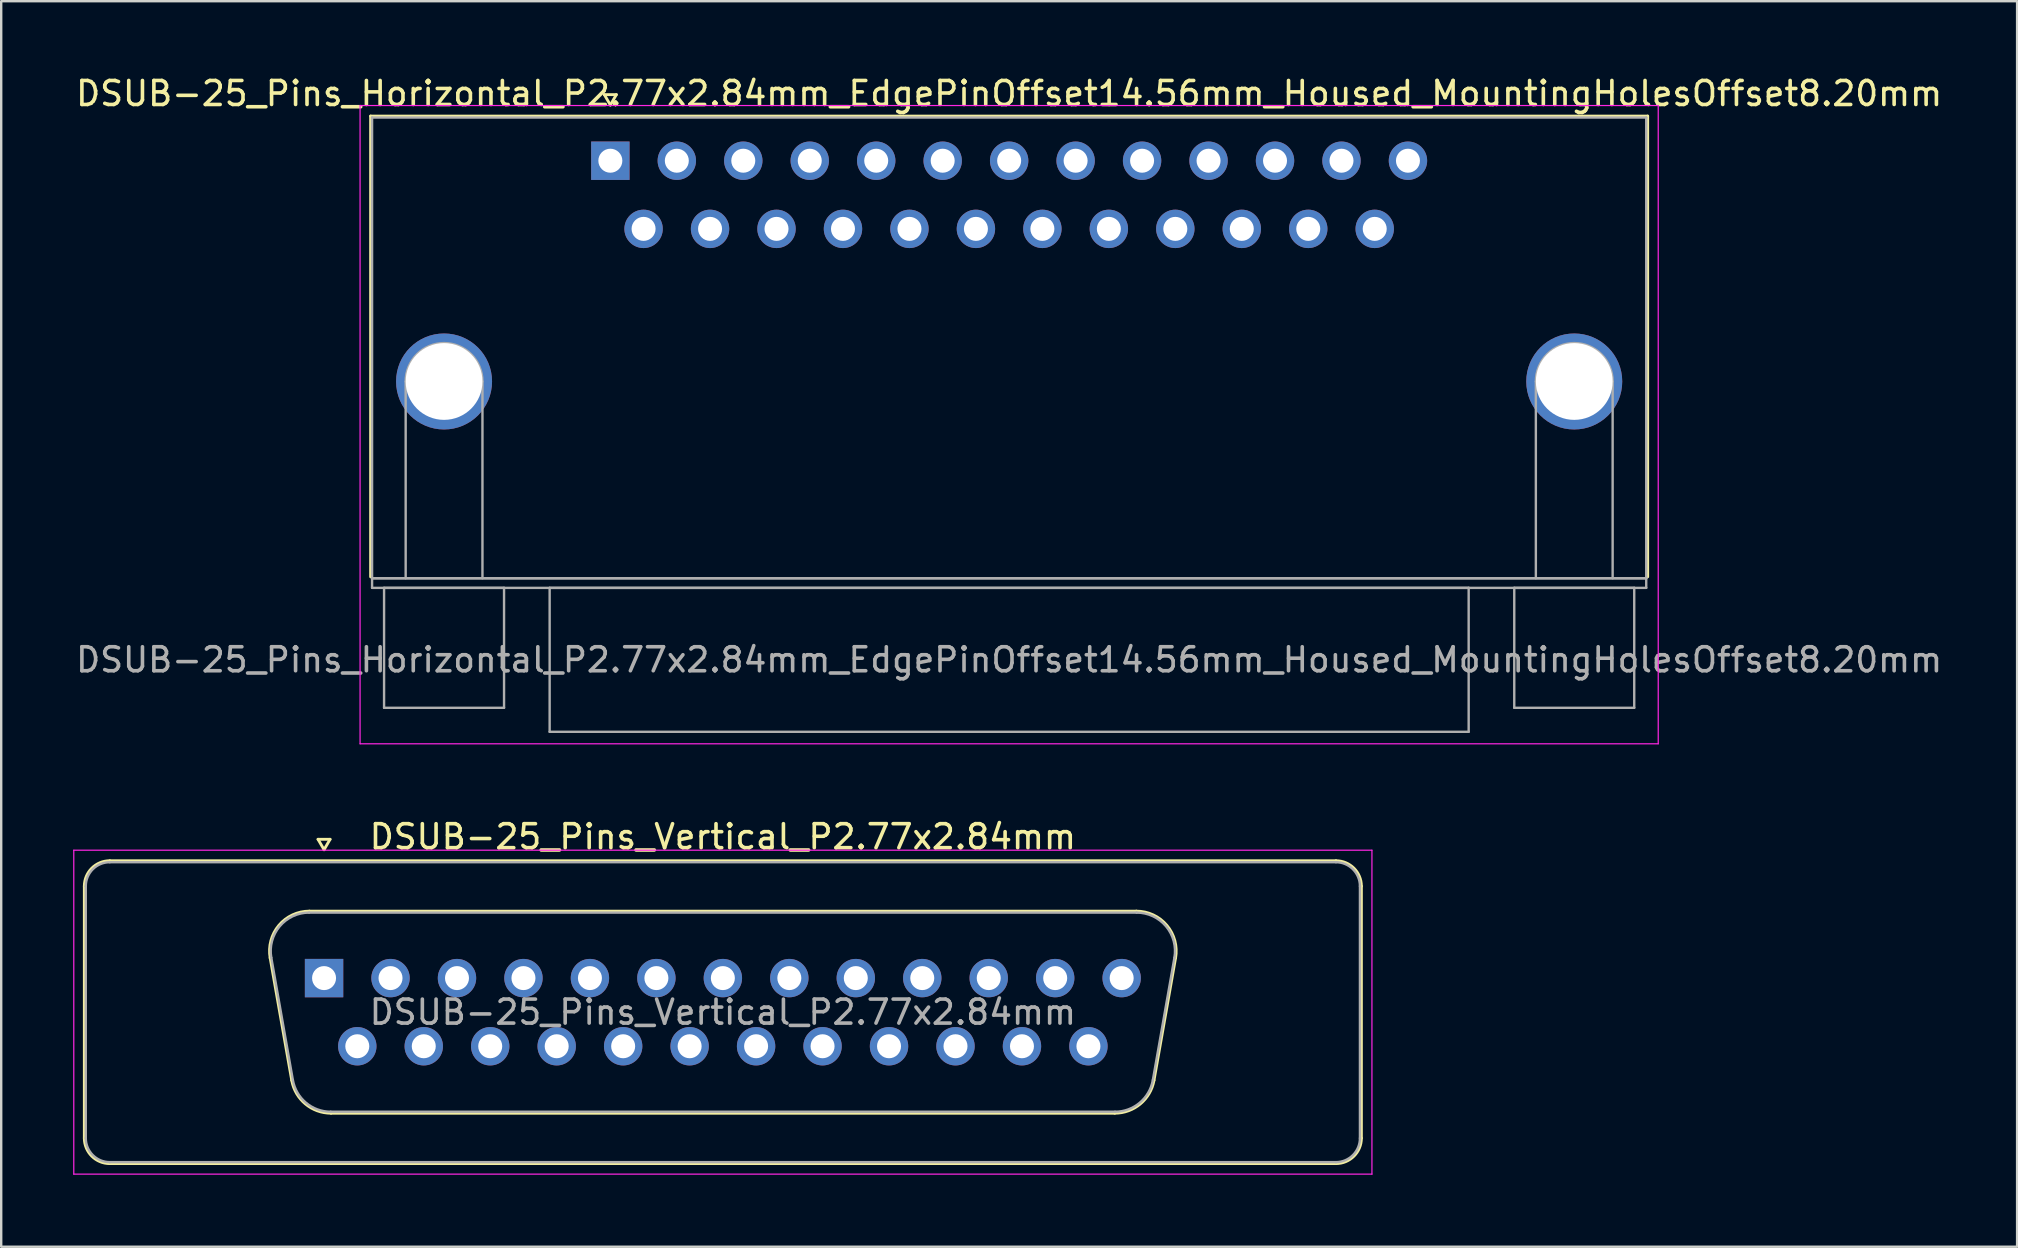
<source format=kicad_pcb>
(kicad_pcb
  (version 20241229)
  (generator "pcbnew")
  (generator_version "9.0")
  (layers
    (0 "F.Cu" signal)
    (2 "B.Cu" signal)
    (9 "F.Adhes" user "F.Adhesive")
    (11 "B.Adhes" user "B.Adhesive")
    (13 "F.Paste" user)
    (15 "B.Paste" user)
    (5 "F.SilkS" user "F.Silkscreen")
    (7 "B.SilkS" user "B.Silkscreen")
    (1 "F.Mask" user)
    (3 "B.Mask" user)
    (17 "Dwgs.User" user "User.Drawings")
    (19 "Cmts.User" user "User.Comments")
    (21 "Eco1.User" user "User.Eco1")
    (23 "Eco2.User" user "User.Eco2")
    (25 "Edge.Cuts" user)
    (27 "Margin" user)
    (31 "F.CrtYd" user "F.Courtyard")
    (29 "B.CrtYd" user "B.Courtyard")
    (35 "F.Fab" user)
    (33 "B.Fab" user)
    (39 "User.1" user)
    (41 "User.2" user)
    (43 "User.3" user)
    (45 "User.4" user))
  (footprint "DSUB-25_Pins_Vertical_P2.77x2.84mm"
    (layer "F.Cu")
    (at 10.455 37.712)
    (property "Reference" "DSUB-25_Pins_Vertical_P2.77x2.84mm" (at 16.62 -5.89 0) (layer "F.SilkS") (effects (font (size 1 1) (thickness 0.15))))
    (attr through_hole)
    (fp_line (start -9.99 6.67) (end -9.99 -3.83) (stroke (width 0.12) (type solid)) (layer "F.SilkS"))
    (fp_line (start -8.93 -4.89) (end 42.17 -4.89) (stroke (width 0.12) (type solid)) (layer "F.SilkS"))
    (fp_line (start -1.347 4.258) (end -2.246 -0.842) (stroke (width 0.12) (type solid)) (layer "F.SilkS"))
    (fp_line (start -0.612 -2.79) (end 33.852 -2.79) (stroke (width 0.12) (type solid)) (layer "F.SilkS"))
    (fp_line (start -0.25 -5.784) (end 0.25 -5.784) (stroke (width 0.12) (type solid)) (layer "F.SilkS"))
    (fp_line (start 0 -5.351) (end -0.25 -5.784) (stroke (width 0.12) (type solid)) (layer "F.SilkS"))
    (fp_line (start 0.25 -5.784) (end 0 -5.351) (stroke (width 0.12) (type solid)) (layer "F.SilkS"))
    (fp_line (start 32.952 5.63) (end 0.288 5.63) (stroke (width 0.12) (type solid)) (layer "F.SilkS"))
    (fp_line (start 35.486 -0.842) (end 34.587 4.258) (stroke (width 0.12) (type solid)) (layer "F.SilkS"))
    (fp_line (start 42.17 7.73) (end -8.93 7.73) (stroke (width 0.12) (type solid)) (layer "F.SilkS"))
    (fp_line (start 43.23 -3.83) (end 43.23 6.67) (stroke (width 0.12) (type solid)) (layer "F.SilkS"))
    (fp_arc (start -9.99 -3.83) (mid -9.679533 -4.579533) (end -8.93 -4.89) (stroke (width 0.12) (type solid)) (layer "F.SilkS"))
    (fp_arc (start -8.93 7.73) (mid -9.679533 7.419533) (end -9.99 6.67) (stroke (width 0.12) (type solid)) (layer "F.SilkS"))
    (fp_arc (start -2.24647 -0.841744) (mid -1.883323 -2.197027) (end -0.611689 -2.79) (stroke (width 0.12) (type solid)) (layer "F.SilkS"))
    (fp_arc (start 0.287579 5.63) (mid -0.779449 5.241634) (end -1.347202 4.258256) (stroke (width 0.12) (type solid)) (layer "F.SilkS"))
    (fp_arc (start 33.851689 -2.79) (mid 35.123323 -2.197027) (end 35.48647 -0.841744) (stroke (width 0.12) (type solid)) (layer "F.SilkS"))
    (fp_arc (start 34.587202 4.258256) (mid 34.019449 5.241634) (end 32.952421 5.63) (stroke (width 0.12) (type solid)) (layer "F.SilkS"))
    (fp_arc (start 42.17 -4.89) (mid 42.919533 -4.579533) (end 43.23 -3.83) (stroke (width 0.12) (type solid)) (layer "F.SilkS"))
    (fp_arc (start 43.23 6.67) (mid 42.919533 7.419533) (end 42.17 7.73) (stroke (width 0.12) (type solid)) (layer "F.SilkS"))
    (fp_line (start -10.43 -5.33) (end -10.43 8.17) (stroke (width 0.05) (type solid)) (layer "F.CrtYd"))
    (fp_line (start -10.43 8.17) (end 43.67 8.17) (stroke (width 0.05) (type solid)) (layer "F.CrtYd"))
    (fp_line (start 43.67 -5.33) (end -10.43 -5.33) (stroke (width 0.05) (type solid)) (layer "F.CrtYd"))
    (fp_line (start 43.67 8.17) (end 43.67 -5.33) (stroke (width 0.05) (type solid)) (layer "F.CrtYd"))
    (fp_line (start -9.93 6.67) (end -9.93 -3.83) (stroke (width 0.1) (type solid)) (layer "F.Fab"))
    (fp_line (start -8.93 -4.83) (end 42.17 -4.83) (stroke (width 0.1) (type solid)) (layer "F.Fab"))
    (fp_line (start -1.3 4.248) (end -2.199 -0.852) (stroke (width 0.1) (type solid)) (layer "F.Fab"))
    (fp_line (start -0.623 -2.73) (end 33.863 -2.73) (stroke (width 0.1) (type solid)) (layer "F.Fab"))
    (fp_line (start 32.964 5.57) (end 0.276 5.57) (stroke (width 0.1) (type solid)) (layer "F.Fab"))
    (fp_line (start 35.439 -0.852) (end 34.54 4.248) (stroke (width 0.1) (type solid)) (layer "F.Fab"))
    (fp_line (start 42.17 7.67) (end -8.93 7.67) (stroke (width 0.1) (type solid)) (layer "F.Fab"))
    (fp_line (start 43.17 -3.83) (end 43.17 6.67) (stroke (width 0.1) (type solid)) (layer "F.Fab"))
    (fp_arc (start -9.93 -3.83) (mid -9.637107 -4.537107) (end -8.93 -4.83) (stroke (width 0.1) (type solid)) (layer "F.Fab"))
    (fp_arc (start -8.93 7.67) (mid -9.637107 7.377107) (end -9.93 6.67) (stroke (width 0.1) (type solid)) (layer "F.Fab"))
    (fp_arc (start -2.198887 -0.852163) (mid -1.848865 -2.15846) (end -0.623194 -2.73) (stroke (width 0.1) (type solid)) (layer "F.Fab"))
    (fp_arc (start 0.276073 5.57) (mid -0.752387 5.195671) (end -1.299619 4.247837) (stroke (width 0.1) (type solid)) (layer "F.Fab"))
    (fp_arc (start 33.863194 -2.73) (mid 35.088865 -2.15846) (end 35.438887 -0.852163) (stroke (width 0.1) (type solid)) (layer "F.Fab"))
    (fp_arc (start 34.539619 4.247837) (mid 33.992387 5.195671) (end 32.963927 5.57) (stroke (width 0.1) (type solid)) (layer "F.Fab"))
    (fp_arc (start 42.17 -4.83) (mid 42.877107 -4.537107) (end 43.17 -3.83) (stroke (width 0.1) (type solid)) (layer "F.Fab"))
    (fp_arc (start 43.17 6.67) (mid 42.877107 7.377107) (end 42.17 7.67) (stroke (width 0.1) (type solid)) (layer "F.Fab"))
    (fp_text user "${REFERENCE}" (at 16.62 1.42 0) (layer "F.Fab") (effects (font (size 1 1) (thickness 0.15))))
    (pad "1" thru_hole rect (at 0 0) (size 1.6 1.6) (drill 1) (layers "*.Cu" "*.Mask"))
    (pad "2" thru_hole circle (at 2.77 0) (size 1.6 1.6) (drill 1) (layers "*.Cu" "*.Mask"))
    (pad "3" thru_hole circle (at 5.54 0) (size 1.6 1.6) (drill 1) (layers "*.Cu" "*.Mask"))
    (pad "4" thru_hole circle (at 8.31 0) (size 1.6 1.6) (drill 1) (layers "*.Cu" "*.Mask"))
    (pad "5" thru_hole circle (at 11.08 0) (size 1.6 1.6) (drill 1) (layers "*.Cu" "*.Mask"))
    (pad "6" thru_hole circle (at 13.85 0) (size 1.6 1.6) (drill 1) (layers "*.Cu" "*.Mask"))
    (pad "7" thru_hole circle (at 16.62 0) (size 1.6 1.6) (drill 1) (layers "*.Cu" "*.Mask"))
    (pad "8" thru_hole circle (at 19.39 0) (size 1.6 1.6) (drill 1) (layers "*.Cu" "*.Mask"))
    (pad "9" thru_hole circle (at 22.16 0) (size 1.6 1.6) (drill 1) (layers "*.Cu" "*.Mask"))
    (pad "10" thru_hole circle (at 24.93 0) (size 1.6 1.6) (drill 1) (layers "*.Cu" "*.Mask"))
    (pad "11" thru_hole circle (at 27.7 0) (size 1.6 1.6) (drill 1) (layers "*.Cu" "*.Mask"))
    (pad "12" thru_hole circle (at 30.47 0) (size 1.6 1.6) (drill 1) (layers "*.Cu" "*.Mask"))
    (pad "13" thru_hole circle (at 33.24 0) (size 1.6 1.6) (drill 1) (layers "*.Cu" "*.Mask"))
    (pad "14" thru_hole circle (at 1.385 2.84) (size 1.6 1.6) (drill 1) (layers "*.Cu" "*.Mask"))
    (pad "15" thru_hole circle (at 4.155 2.84) (size 1.6 1.6) (drill 1) (layers "*.Cu" "*.Mask"))
    (pad "16" thru_hole circle (at 6.925 2.84) (size 1.6 1.6) (drill 1) (layers "*.Cu" "*.Mask"))
    (pad "17" thru_hole circle (at 9.695 2.84) (size 1.6 1.6) (drill 1) (layers "*.Cu" "*.Mask"))
    (pad "18" thru_hole circle (at 12.465 2.84) (size 1.6 1.6) (drill 1) (layers "*.Cu" "*.Mask"))
    (pad "19" thru_hole circle (at 15.235 2.84) (size 1.6 1.6) (drill 1) (layers "*.Cu" "*.Mask"))
    (pad "20" thru_hole circle (at 18.005 2.84) (size 1.6 1.6) (drill 1) (layers "*.Cu" "*.Mask"))
    (pad "21" thru_hole circle (at 20.775 2.84) (size 1.6 1.6) (drill 1) (layers "*.Cu" "*.Mask"))
    (pad "22" thru_hole circle (at 23.545 2.84) (size 1.6 1.6) (drill 1) (layers "*.Cu" "*.Mask"))
    (pad "23" thru_hole circle (at 26.315 2.84) (size 1.6 1.6) (drill 1) (layers "*.Cu" "*.Mask"))
    (pad "24" thru_hole circle (at 29.085 2.84) (size 1.6 1.6) (drill 1) (layers "*.Cu" "*.Mask"))
    (pad "25" thru_hole circle (at 31.855 2.84) (size 1.6 1.6) (drill 1) (layers "*.Cu" "*.Mask")))
  (footprint "DSUB-25_Pins_Horizontal_P2.77x2.84mm_EdgePinOffset14.56mm_Housed_MountingHolesOffset8.20mm"
    (layer "F.Cu")
    (at 22.386 3.648)
    (property "Reference" "DSUB-25_Pins_Horizontal_P2.77x2.84mm_EdgePinOffset14.56mm_Housed_MountingHolesOffset8.20mm" (at 16.62 -2.8 0) (layer "F.SilkS") (effects (font (size 1 1) (thickness 0.15))))
    (attr through_hole)
    (fp_line (start -9.99 -1.86) (end 43.23 -1.86) (stroke (width 0.12) (type solid)) (layer "F.SilkS"))
    (fp_line (start -9.99 17.34) (end -9.99 -1.86) (stroke (width 0.12) (type solid)) (layer "F.SilkS"))
    (fp_line (start -0.25 -2.754) (end 0.25 -2.754) (stroke (width 0.12) (type solid)) (layer "F.SilkS"))
    (fp_line (start 0 -2.321) (end -0.25 -2.754) (stroke (width 0.12) (type solid)) (layer "F.SilkS"))
    (fp_line (start 0.25 -2.754) (end 0 -2.321) (stroke (width 0.12) (type solid)) (layer "F.SilkS"))
    (fp_line (start 43.23 -1.86) (end 43.23 17.34) (stroke (width 0.12) (type solid)) (layer "F.SilkS"))
    (fp_line (start -10.43 -2.3) (end -10.43 24.3) (stroke (width 0.05) (type solid)) (layer "F.CrtYd"))
    (fp_line (start -10.43 24.3) (end 43.67 24.3) (stroke (width 0.05) (type solid)) (layer "F.CrtYd"))
    (fp_line (start 43.67 -2.3) (end -10.43 -2.3) (stroke (width 0.05) (type solid)) (layer "F.CrtYd"))
    (fp_line (start 43.67 24.3) (end 43.67 -2.3) (stroke (width 0.05) (type solid)) (layer "F.CrtYd"))
    (fp_line (start -9.93 -1.8) (end -9.93 17.4) (stroke (width 0.1) (type solid)) (layer "F.Fab"))
    (fp_line (start -9.93 17.4) (end -9.93 17.8) (stroke (width 0.1) (type solid)) (layer "F.Fab"))
    (fp_line (start -9.93 17.4) (end 43.17 17.4) (stroke (width 0.1) (type solid)) (layer "F.Fab"))
    (fp_line (start -9.93 17.8) (end 43.17 17.8) (stroke (width 0.1) (type solid)) (layer "F.Fab"))
    (fp_line (start -9.43 17.8) (end -9.43 22.8) (stroke (width 0.1) (type solid)) (layer "F.Fab"))
    (fp_line (start -9.43 22.8) (end -4.43 22.8) (stroke (width 0.1) (type solid)) (layer "F.Fab"))
    (fp_line (start -8.53 17.4) (end -8.53 9.2) (stroke (width 0.1) (type solid)) (layer "F.Fab"))
    (fp_line (start -5.33 17.4) (end -5.33 9.2) (stroke (width 0.1) (type solid)) (layer "F.Fab"))
    (fp_line (start -4.43 17.8) (end -9.43 17.8) (stroke (width 0.1) (type solid)) (layer "F.Fab"))
    (fp_line (start -4.43 22.8) (end -4.43 17.8) (stroke (width 0.1) (type solid)) (layer "F.Fab"))
    (fp_line (start -2.53 17.8) (end -2.53 23.8) (stroke (width 0.1) (type solid)) (layer "F.Fab"))
    (fp_line (start -2.53 23.8) (end 35.77 23.8) (stroke (width 0.1) (type solid)) (layer "F.Fab"))
    (fp_line (start 35.77 17.8) (end -2.53 17.8) (stroke (width 0.1) (type solid)) (layer "F.Fab"))
    (fp_line (start 35.77 23.8) (end 35.77 17.8) (stroke (width 0.1) (type solid)) (layer "F.Fab"))
    (fp_line (start 37.67 17.8) (end 37.67 22.8) (stroke (width 0.1) (type solid)) (layer "F.Fab"))
    (fp_line (start 37.67 22.8) (end 42.67 22.8) (stroke (width 0.1) (type solid)) (layer "F.Fab"))
    (fp_line (start 38.57 17.4) (end 38.57 9.2) (stroke (width 0.1) (type solid)) (layer "F.Fab"))
    (fp_line (start 41.77 17.4) (end 41.77 9.2) (stroke (width 0.1) (type solid)) (layer "F.Fab"))
    (fp_line (start 42.67 17.8) (end 37.67 17.8) (stroke (width 0.1) (type solid)) (layer "F.Fab"))
    (fp_line (start 42.67 22.8) (end 42.67 17.8) (stroke (width 0.1) (type solid)) (layer "F.Fab"))
    (fp_line (start 43.17 -1.8) (end -9.93 -1.8) (stroke (width 0.1) (type solid)) (layer "F.Fab"))
    (fp_line (start 43.17 17.4) (end -9.93 17.4) (stroke (width 0.1) (type solid)) (layer "F.Fab"))
    (fp_line (start 43.17 17.4) (end 43.17 -1.8) (stroke (width 0.1) (type solid)) (layer "F.Fab"))
    (fp_line (start 43.17 17.8) (end 43.17 17.4) (stroke (width 0.1) (type solid)) (layer "F.Fab"))
    (fp_arc (start -8.53 9.2) (mid -6.93 7.6) (end -5.33 9.2) (stroke (width 0.1) (type solid)) (layer "F.Fab"))
    (fp_arc (start 38.57 9.2) (mid 40.17 7.6) (end 41.77 9.2) (stroke (width 0.1) (type solid)) (layer "F.Fab"))
    (fp_text user "${REFERENCE}" (at 16.62 20.8 0) (layer "F.Fab") (effects (font (size 1 1) (thickness 0.15))))
    (pad "0" thru_hole circle (at -6.93 9.2) (size 4 4) (drill 3.2) (layers "*.Cu" "*.Mask"))
    (pad "0" thru_hole circle (at 40.17 9.2) (size 4 4) (drill 3.2) (layers "*.Cu" "*.Mask"))
    (pad "1" thru_hole rect (at 0 0) (size 1.6 1.6) (drill 1) (layers "*.Cu" "*.Mask"))
    (pad "2" thru_hole circle (at 2.77 0) (size 1.6 1.6) (drill 1) (layers "*.Cu" "*.Mask"))
    (pad "3" thru_hole circle (at 5.54 0) (size 1.6 1.6) (drill 1) (layers "*.Cu" "*.Mask"))
    (pad "4" thru_hole circle (at 8.31 0) (size 1.6 1.6) (drill 1) (layers "*.Cu" "*.Mask"))
    (pad "5" thru_hole circle (at 11.08 0) (size 1.6 1.6) (drill 1) (layers "*.Cu" "*.Mask"))
    (pad "6" thru_hole circle (at 13.85 0) (size 1.6 1.6) (drill 1) (layers "*.Cu" "*.Mask"))
    (pad "7" thru_hole circle (at 16.62 0) (size 1.6 1.6) (drill 1) (layers "*.Cu" "*.Mask"))
    (pad "8" thru_hole circle (at 19.39 0) (size 1.6 1.6) (drill 1) (layers "*.Cu" "*.Mask"))
    (pad "9" thru_hole circle (at 22.16 0) (size 1.6 1.6) (drill 1) (layers "*.Cu" "*.Mask"))
    (pad "10" thru_hole circle (at 24.93 0) (size 1.6 1.6) (drill 1) (layers "*.Cu" "*.Mask"))
    (pad "11" thru_hole circle (at 27.7 0) (size 1.6 1.6) (drill 1) (layers "*.Cu" "*.Mask"))
    (pad "12" thru_hole circle (at 30.47 0) (size 1.6 1.6) (drill 1) (layers "*.Cu" "*.Mask"))
    (pad "13" thru_hole circle (at 33.24 0) (size 1.6 1.6) (drill 1) (layers "*.Cu" "*.Mask"))
    (pad "14" thru_hole circle (at 1.385 2.84) (size 1.6 1.6) (drill 1) (layers "*.Cu" "*.Mask"))
    (pad "15" thru_hole circle (at 4.155 2.84) (size 1.6 1.6) (drill 1) (layers "*.Cu" "*.Mask"))
    (pad "16" thru_hole circle (at 6.925 2.84) (size 1.6 1.6) (drill 1) (layers "*.Cu" "*.Mask"))
    (pad "17" thru_hole circle (at 9.695 2.84) (size 1.6 1.6) (drill 1) (layers "*.Cu" "*.Mask"))
    (pad "18" thru_hole circle (at 12.465 2.84) (size 1.6 1.6) (drill 1) (layers "*.Cu" "*.Mask"))
    (pad "19" thru_hole circle (at 15.235 2.84) (size 1.6 1.6) (drill 1) (layers "*.Cu" "*.Mask"))
    (pad "20" thru_hole circle (at 18.005 2.84) (size 1.6 1.6) (drill 1) (layers "*.Cu" "*.Mask"))
    (pad "21" thru_hole circle (at 20.775 2.84) (size 1.6 1.6) (drill 1) (layers "*.Cu" "*.Mask"))
    (pad "22" thru_hole circle (at 23.545 2.84) (size 1.6 1.6) (drill 1) (layers "*.Cu" "*.Mask"))
    (pad "23" thru_hole circle (at 26.315 2.84) (size 1.6 1.6) (drill 1) (layers "*.Cu" "*.Mask"))
    (pad "24" thru_hole circle (at 29.085 2.84) (size 1.6 1.6) (drill 1) (layers "*.Cu" "*.Mask"))
    (pad "25" thru_hole circle (at 31.855 2.84) (size 1.6 1.6) (drill 1) (layers "*.Cu" "*.Mask")))
  (gr_rect
    (start -3 -3)
    (end 81.012 48.907)
    (stroke (width 0.1) (type default))
    (fill no)
    (layer "Edge.Cuts")))
</source>
